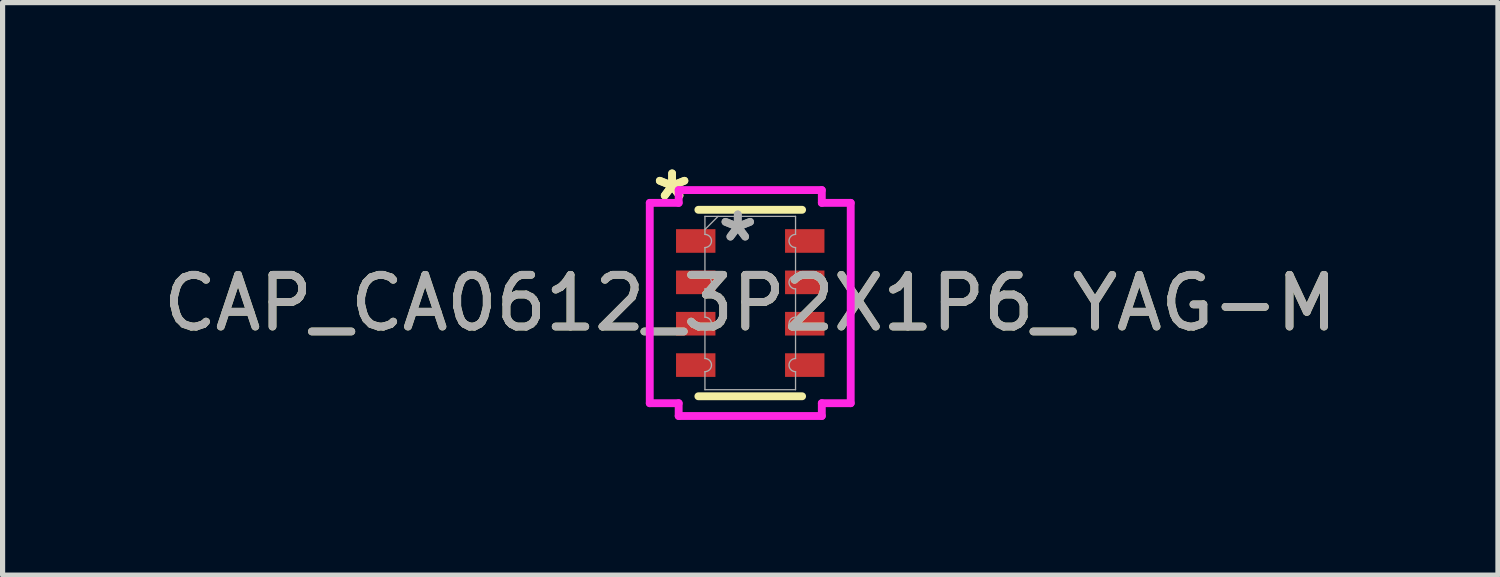
<source format=kicad_pcb>
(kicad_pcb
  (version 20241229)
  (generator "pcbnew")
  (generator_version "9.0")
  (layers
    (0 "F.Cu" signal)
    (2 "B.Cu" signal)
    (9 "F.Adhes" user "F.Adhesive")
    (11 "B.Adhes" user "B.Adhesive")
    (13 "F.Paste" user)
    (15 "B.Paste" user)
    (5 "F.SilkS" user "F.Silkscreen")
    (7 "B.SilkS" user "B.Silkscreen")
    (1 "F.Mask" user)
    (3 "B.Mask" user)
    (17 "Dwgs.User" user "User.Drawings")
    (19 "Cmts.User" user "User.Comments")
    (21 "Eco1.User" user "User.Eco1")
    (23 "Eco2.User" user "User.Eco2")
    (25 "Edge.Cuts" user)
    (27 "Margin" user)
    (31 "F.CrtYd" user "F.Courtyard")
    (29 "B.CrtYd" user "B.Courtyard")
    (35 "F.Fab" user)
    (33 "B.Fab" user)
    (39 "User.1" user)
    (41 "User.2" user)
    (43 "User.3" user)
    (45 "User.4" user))
  (footprint "CAP_CA0612_3P2X1P6_YAG-M"
    (layer "F.Cu")
    (at 11.458 2.81)
    (property "Reference" "CAP_CA0612_3P2X1P6_YAG-M" (at 0 0 0) (unlocked yes) (layer "F.SilkS") (effects (font (size 1 1) (thickness 0.15))))
    (attr smd)
    (fp_line (start -1.003 -1.803) (end 1.003 -1.803) (stroke (width 0.152) (type solid)) (layer "F.SilkS"))
    (fp_line (start -1.003 1.803) (end 1.003 1.803) (stroke (width 0.152) (type solid)) (layer "F.SilkS"))
    (fp_line (start -1.943 -1.937) (end -1.384 -1.937) (stroke (width 0.152) (type solid)) (layer "F.CrtYd"))
    (fp_line (start -1.943 1.937) (end -1.943 -1.937) (stroke (width 0.152) (type solid)) (layer "F.CrtYd"))
    (fp_line (start -1.943 1.937) (end -1.384 1.937) (stroke (width 0.152) (type solid)) (layer "F.CrtYd"))
    (fp_line (start -1.384 -2.184) (end 1.384 -2.184) (stroke (width 0.152) (type solid)) (layer "F.CrtYd"))
    (fp_line (start -1.384 -1.937) (end -1.384 -2.184) (stroke (width 0.152) (type solid)) (layer "F.CrtYd"))
    (fp_line (start -1.384 2.184) (end -1.384 1.937) (stroke (width 0.152) (type solid)) (layer "F.CrtYd"))
    (fp_line (start 1.384 -2.184) (end 1.384 -1.937) (stroke (width 0.152) (type solid)) (layer "F.CrtYd"))
    (fp_line (start 1.384 1.937) (end 1.384 2.184) (stroke (width 0.152) (type solid)) (layer "F.CrtYd"))
    (fp_line (start 1.384 2.184) (end -1.384 2.184) (stroke (width 0.152) (type solid)) (layer "F.CrtYd"))
    (fp_line (start 1.943 -1.937) (end 1.384 -1.937) (stroke (width 0.152) (type solid)) (layer "F.CrtYd"))
    (fp_line (start 1.943 -1.937) (end 1.943 1.937) (stroke (width 0.152) (type solid)) (layer "F.CrtYd"))
    (fp_line (start 1.943 1.937) (end 1.384 1.937) (stroke (width 0.152) (type solid)) (layer "F.CrtYd"))
    (fp_line (start -0.876 -1.676) (end 0.876 -1.676) (stroke (width 0.025) (type solid)) (layer "F.Fab"))
    (fp_line (start -0.876 -1.327) (end -0.876 -1.676) (stroke (width 0.025) (type solid)) (layer "F.Fab"))
    (fp_line (start -0.876 -1.073) (end -0.876 -0.527) (stroke (width 0.025) (type solid)) (layer "F.Fab"))
    (fp_line (start -0.876 -0.273) (end -0.876 0.273) (stroke (width 0.025) (type solid)) (layer "F.Fab"))
    (fp_line (start -0.876 0.527) (end -0.876 1.073) (stroke (width 0.025) (type solid)) (layer "F.Fab"))
    (fp_line (start -0.876 1.327) (end -0.876 1.676) (stroke (width 0.025) (type solid)) (layer "F.Fab"))
    (fp_line (start -0.876 1.676) (end 0.876 1.676) (stroke (width 0.025) (type solid)) (layer "F.Fab"))
    (fp_line (start -0.622 -1.676) (end -0.876 -1.422) (stroke (width 0.025) (type solid)) (layer "F.Fab"))
    (fp_line (start 0.876 -1.327) (end 0.876 -1.676) (stroke (width 0.025) (type solid)) (layer "F.Fab"))
    (fp_line (start 0.876 -1.073) (end 0.876 -0.527) (stroke (width 0.025) (type solid)) (layer "F.Fab"))
    (fp_line (start 0.876 -0.273) (end 0.876 0.273) (stroke (width 0.025) (type solid)) (layer "F.Fab"))
    (fp_line (start 0.876 0.527) (end 0.876 1.073) (stroke (width 0.025) (type solid)) (layer "F.Fab"))
    (fp_line (start 0.876 1.327) (end 0.876 1.676) (stroke (width 0.025) (type solid)) (layer "F.Fab"))
    (fp_arc (start -0.8763 -1.327) (mid -0.7493 -1.2) (end -0.8763 -1.073) (stroke (width 0.0254) (type solid)) (layer "F.Fab"))
    (fp_arc (start -0.8763 -0.526999) (mid -0.7493 -0.399999) (end -0.8763 -0.272999) (stroke (width 0.0254) (type solid)) (layer "F.Fab"))
    (fp_arc (start -0.8763 0.272999) (mid -0.7493 0.399999) (end -0.8763 0.526999) (stroke (width 0.0254) (type solid)) (layer "F.Fab"))
    (fp_arc (start -0.8763 1.073) (mid -0.7493 1.2) (end -0.8763 1.327) (stroke (width 0.0254) (type solid)) (layer "F.Fab"))
    (fp_arc (start 0.8763 -1.073) (mid 0.7493 -1.2) (end 0.8763 -1.327) (stroke (width 0.0254) (type solid)) (layer "F.Fab"))
    (fp_arc (start 0.8763 -0.272999) (mid 0.7493 -0.399999) (end 0.8763 -0.526999) (stroke (width 0.0254) (type solid)) (layer "F.Fab"))
    (fp_arc (start 0.8763 0.526999) (mid 0.7493 0.399999) (end 0.8763 0.272999) (stroke (width 0.0254) (type solid)) (layer "F.Fab"))
    (fp_arc (start 0.8763 1.327) (mid 0.7493 1.2) (end 0.8763 1.073) (stroke (width 0.0254) (type solid)) (layer "F.Fab"))
    (fp_text user "*" (at -1.511 -1.962 0) (layer "F.SilkS") (effects (font (size 1 1) (thickness 0.15))))
    (fp_text user "*" (at -1.511 -1.962 0) (unlocked yes) (layer "F.SilkS") (effects (font (size 1 1) (thickness 0.15))))
    (fp_text user "*" (at -0.241 -1.168 0) (layer "F.Fab") (effects (font (size 1 1) (thickness 0.15))))
    (fp_text user "${REFERENCE}" (at 0 0 0) (unlocked yes) (layer "F.Fab") (effects (font (size 1 1) (thickness 0.15))))
    (fp_text user "*" (at -0.241 -1.168 0) (unlocked yes) (layer "F.Fab") (effects (font (size 1 1) (thickness 0.15))))
    (pad "1" smd rect (at -1.054 -1.2) (size 0.762 0.457) (layers "F.Cu" "F.Mask" "F.Paste"))
    (pad "2" smd rect (at -1.054 -0.4) (size 0.762 0.457) (layers "F.Cu" "F.Mask" "F.Paste"))
    (pad "3" smd rect (at -1.054 0.4) (size 0.762 0.457) (layers "F.Cu" "F.Mask" "F.Paste"))
    (pad "4" smd rect (at -1.054 1.2) (size 0.762 0.457) (layers "F.Cu" "F.Mask" "F.Paste"))
    (pad "5" smd rect (at 1.054 1.2) (size 0.762 0.457) (layers "F.Cu" "F.Mask" "F.Paste"))
    (pad "6" smd rect (at 1.054 0.4) (size 0.762 0.457) (layers "F.Cu" "F.Mask" "F.Paste"))
    (pad "7" smd rect (at 1.054 -0.4) (size 0.762 0.457) (layers "F.Cu" "F.Mask" "F.Paste"))
    (pad "8" smd rect (at 1.054 -1.2) (size 0.762 0.457) (layers "F.Cu" "F.Mask" "F.Paste")))
  (gr_rect
    (start -3 -3)
    (end 25.917 8.071)
    (stroke (width 0.1) (type default))
    (fill no)
    (layer "Edge.Cuts")))
</source>
